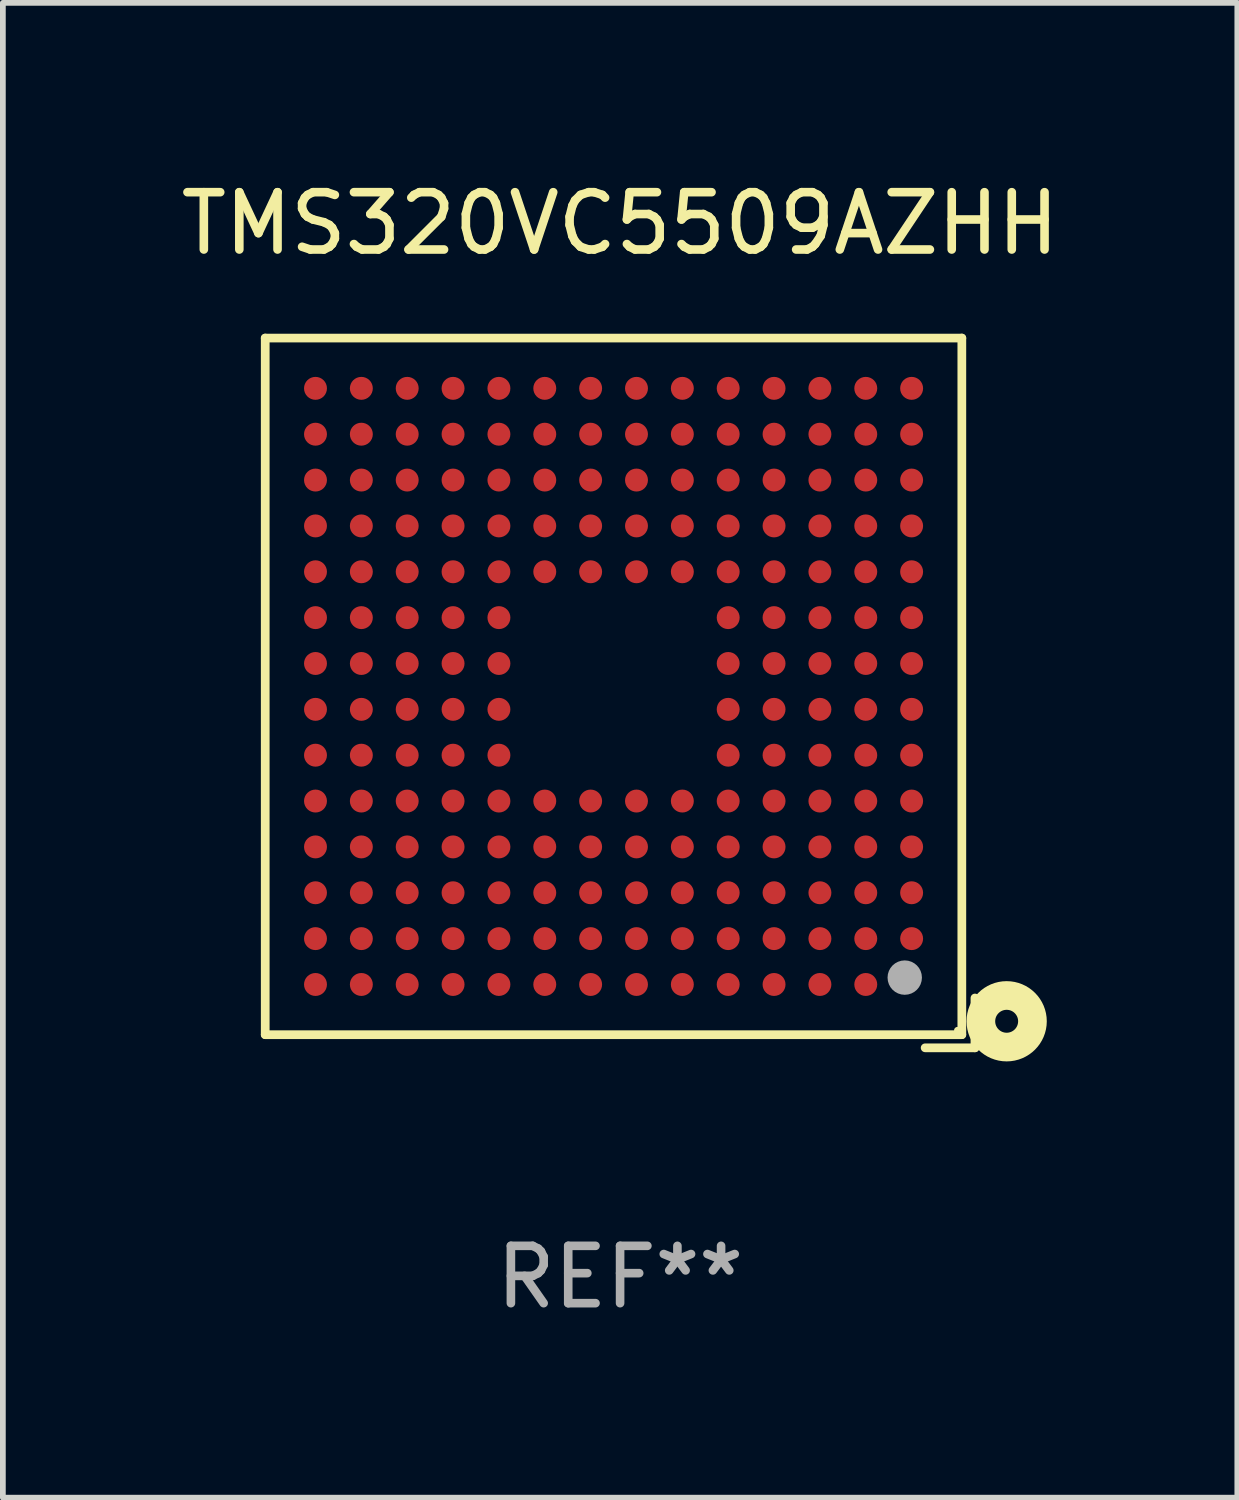
<source format=kicad_pcb>
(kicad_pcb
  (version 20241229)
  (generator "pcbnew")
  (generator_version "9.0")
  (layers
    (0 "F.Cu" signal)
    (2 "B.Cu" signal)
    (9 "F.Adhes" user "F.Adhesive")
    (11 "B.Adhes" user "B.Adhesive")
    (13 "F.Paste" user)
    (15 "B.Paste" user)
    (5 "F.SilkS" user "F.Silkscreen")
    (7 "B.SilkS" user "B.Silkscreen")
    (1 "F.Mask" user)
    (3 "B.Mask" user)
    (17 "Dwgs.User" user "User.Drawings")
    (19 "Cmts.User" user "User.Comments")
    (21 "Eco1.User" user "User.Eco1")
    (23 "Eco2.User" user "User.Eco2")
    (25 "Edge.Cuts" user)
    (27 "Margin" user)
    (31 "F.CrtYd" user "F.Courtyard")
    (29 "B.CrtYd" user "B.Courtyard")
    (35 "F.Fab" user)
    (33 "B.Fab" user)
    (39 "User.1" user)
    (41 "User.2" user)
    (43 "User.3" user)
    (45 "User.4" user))
  (footprint "TMS320VC5509AZHH"
    (layer "F.Cu")
    (at 7.768 9.039)
    (property "Reference" "TMS320VC5509AZHH" (at 0 -8.191 0) (layer "F.SilkS") (effects (font (size 1 1) (thickness 0.15))))
    (attr through_hole)
    (fp_line (start -6.191 -6.191) (end 5.962 -6.191) (stroke (width 0.152) (type solid)) (layer "F.SilkS"))
    (fp_line (start -6.191 5.962) (end -6.191 -6.191) (stroke (width 0.152) (type solid)) (layer "F.SilkS"))
    (fp_line (start 5.322 6.191) (end 6.191 6.191) (stroke (width 0.152) (type solid)) (layer "F.SilkS"))
    (fp_line (start 5.962 -6.191) (end 5.962 5.962) (stroke (width 0.152) (type solid)) (layer "F.SilkS"))
    (fp_line (start 5.962 5.962) (end -6.191 5.962) (stroke (width 0.152) (type solid)) (layer "F.SilkS"))
    (fp_line (start 6.191 6.191) (end 6.191 5.322) (stroke (width 0.152) (type solid)) (layer "F.SilkS"))
    (fp_circle (center 5.886 5.886) (end 5.916 5.886) (stroke (width 0.06) (type solid)) (fill no) (layer "F.SilkS"))
    (fp_circle (center 6.744 5.728) (end 6.944 5.728) (stroke (width 0.5) (type solid)) (fill no) (layer "F.SilkS"))
    (fp_circle (center 4.966 4.966) (end 5.116 4.966) (stroke (width 0.3) (type solid)) (fill no) (layer "F.Fab"))
    (fp_text user "REF**" (at 0 10.191 0) (layer "F.Fab") (effects (font (size 1 1) (thickness 0.15))))
    (pad "A2" smd circle (at 4.286 5.086) (size 0.4 0.4) (layers "F.Cu" "F.Mask" "F.Paste"))
    (pad "A3" smd circle (at 3.486 5.086) (size 0.4 0.4) (layers "F.Cu" "F.Mask" "F.Paste"))
    (pad "A4" smd circle (at 2.686 5.086) (size 0.4 0.4) (layers "F.Cu" "F.Mask" "F.Paste"))
    (pad "A5" smd circle (at 1.886 5.086) (size 0.4 0.4) (layers "F.Cu" "F.Mask" "F.Paste"))
    (pad "A6" smd circle (at 1.086 5.086) (size 0.4 0.4) (layers "F.Cu" "F.Mask" "F.Paste"))
    (pad "A7" smd circle (at 0.286 5.086) (size 0.4 0.4) (layers "F.Cu" "F.Mask" "F.Paste"))
    (pad "A8" smd circle (at -0.514 5.086) (size 0.4 0.4) (layers "F.Cu" "F.Mask" "F.Paste"))
    (pad "A9" smd circle (at -1.314 5.086) (size 0.4 0.4) (layers "F.Cu" "F.Mask" "F.Paste"))
    (pad "A10" smd circle (at -2.114 5.086) (size 0.4 0.4) (layers "F.Cu" "F.Mask" "F.Paste"))
    (pad "A11" smd circle (at -2.914 5.086) (size 0.4 0.4) (layers "F.Cu" "F.Mask" "F.Paste"))
    (pad "A12" smd circle (at -3.714 5.086) (size 0.4 0.4) (layers "F.Cu" "F.Mask" "F.Paste"))
    (pad "A13" smd circle (at -4.514 5.086) (size 0.4 0.4) (layers "F.Cu" "F.Mask" "F.Paste"))
    (pad "A14" smd circle (at -5.314 5.086) (size 0.4 0.4) (layers "F.Cu" "F.Mask" "F.Paste"))
    (pad "B1" smd circle (at 5.086 4.286) (size 0.4 0.4) (layers "F.Cu" "F.Mask" "F.Paste"))
    (pad "B2" smd circle (at 4.286 4.286) (size 0.4 0.4) (layers "F.Cu" "F.Mask" "F.Paste"))
    (pad "B3" smd circle (at 3.486 4.286) (size 0.4 0.4) (layers "F.Cu" "F.Mask" "F.Paste"))
    (pad "B4" smd circle (at 2.686 4.286) (size 0.4 0.4) (layers "F.Cu" "F.Mask" "F.Paste"))
    (pad "B5" smd circle (at 1.886 4.286) (size 0.4 0.4) (layers "F.Cu" "F.Mask" "F.Paste"))
    (pad "B6" smd circle (at 1.086 4.286) (size 0.4 0.4) (layers "F.Cu" "F.Mask" "F.Paste"))
    (pad "B7" smd circle (at 0.286 4.286) (size 0.4 0.4) (layers "F.Cu" "F.Mask" "F.Paste"))
    (pad "B8" smd circle (at -0.514 4.286) (size 0.4 0.4) (layers "F.Cu" "F.Mask" "F.Paste"))
    (pad "B9" smd circle (at -1.314 4.286) (size 0.4 0.4) (layers "F.Cu" "F.Mask" "F.Paste"))
    (pad "B10" smd circle (at -2.114 4.286) (size 0.4 0.4) (layers "F.Cu" "F.Mask" "F.Paste"))
    (pad "B11" smd circle (at -2.914 4.286) (size 0.4 0.4) (layers "F.Cu" "F.Mask" "F.Paste"))
    (pad "B12" smd circle (at -3.714 4.286) (size 0.4 0.4) (layers "F.Cu" "F.Mask" "F.Paste"))
    (pad "B13" smd circle (at -4.514 4.286) (size 0.4 0.4) (layers "F.Cu" "F.Mask" "F.Paste"))
    (pad "B14" smd circle (at -5.314 4.286) (size 0.4 0.4) (layers "F.Cu" "F.Mask" "F.Paste"))
    (pad "C1" smd circle (at 5.086 3.486) (size 0.4 0.4) (layers "F.Cu" "F.Mask" "F.Paste"))
    (pad "C2" smd circle (at 4.286 3.486) (size 0.4 0.4) (layers "F.Cu" "F.Mask" "F.Paste"))
    (pad "C3" smd circle (at 3.486 3.486) (size 0.4 0.4) (layers "F.Cu" "F.Mask" "F.Paste"))
    (pad "C4" smd circle (at 2.686 3.486) (size 0.4 0.4) (layers "F.Cu" "F.Mask" "F.Paste"))
    (pad "C5" smd circle (at 1.886 3.486) (size 0.4 0.4) (layers "F.Cu" "F.Mask" "F.Paste"))
    (pad "C6" smd circle (at 1.086 3.486) (size 0.4 0.4) (layers "F.Cu" "F.Mask" "F.Paste"))
    (pad "C7" smd circle (at 0.286 3.486) (size 0.4 0.4) (layers "F.Cu" "F.Mask" "F.Paste"))
    (pad "C8" smd circle (at -0.514 3.486) (size 0.4 0.4) (layers "F.Cu" "F.Mask" "F.Paste"))
    (pad "C9" smd circle (at -1.314 3.486) (size 0.4 0.4) (layers "F.Cu" "F.Mask" "F.Paste"))
    (pad "C10" smd circle (at -2.114 3.486) (size 0.4 0.4) (layers "F.Cu" "F.Mask" "F.Paste"))
    (pad "C11" smd circle (at -2.914 3.486) (size 0.4 0.4) (layers "F.Cu" "F.Mask" "F.Paste"))
    (pad "C12" smd circle (at -3.714 3.486) (size 0.4 0.4) (layers "F.Cu" "F.Mask" "F.Paste"))
    (pad "C13" smd circle (at -4.514 3.486) (size 0.4 0.4) (layers "F.Cu" "F.Mask" "F.Paste"))
    (pad "C14" smd circle (at -5.314 3.486) (size 0.4 0.4) (layers "F.Cu" "F.Mask" "F.Paste"))
    (pad "D1" smd circle (at 5.086 2.686) (size 0.4 0.4) (layers "F.Cu" "F.Mask" "F.Paste"))
    (pad "D2" smd circle (at 4.286 2.686) (size 0.4 0.4) (layers "F.Cu" "F.Mask" "F.Paste"))
    (pad "D3" smd circle (at 3.486 2.686) (size 0.4 0.4) (layers "F.Cu" "F.Mask" "F.Paste"))
    (pad "D4" smd circle (at 2.686 2.686) (size 0.4 0.4) (layers "F.Cu" "F.Mask" "F.Paste"))
    (pad "D5" smd circle (at 1.886 2.686) (size 0.4 0.4) (layers "F.Cu" "F.Mask" "F.Paste"))
    (pad "D6" smd circle (at 1.086 2.686) (size 0.4 0.4) (layers "F.Cu" "F.Mask" "F.Paste"))
    (pad "D7" smd circle (at 0.286 2.686) (size 0.4 0.4) (layers "F.Cu" "F.Mask" "F.Paste"))
    (pad "D8" smd circle (at -0.514 2.686) (size 0.4 0.4) (layers "F.Cu" "F.Mask" "F.Paste"))
    (pad "D9" smd circle (at -1.314 2.686) (size 0.4 0.4) (layers "F.Cu" "F.Mask" "F.Paste"))
    (pad "D10" smd circle (at -2.114 2.686) (size 0.4 0.4) (layers "F.Cu" "F.Mask" "F.Paste"))
    (pad "D11" smd circle (at -2.914 2.686) (size 0.4 0.4) (layers "F.Cu" "F.Mask" "F.Paste"))
    (pad "D12" smd circle (at -3.714 2.686) (size 0.4 0.4) (layers "F.Cu" "F.Mask" "F.Paste"))
    (pad "D13" smd circle (at -4.514 2.686) (size 0.4 0.4) (layers "F.Cu" "F.Mask" "F.Paste"))
    (pad "D14" smd circle (at -5.314 2.686) (size 0.4 0.4) (layers "F.Cu" "F.Mask" "F.Paste"))
    (pad "E1" smd circle (at 5.086 1.886) (size 0.4 0.4) (layers "F.Cu" "F.Mask" "F.Paste"))
    (pad "E2" smd circle (at 4.286 1.886) (size 0.4 0.4) (layers "F.Cu" "F.Mask" "F.Paste"))
    (pad "E3" smd circle (at 3.486 1.886) (size 0.4 0.4) (layers "F.Cu" "F.Mask" "F.Paste"))
    (pad "E4" smd circle (at 2.686 1.886) (size 0.4 0.4) (layers "F.Cu" "F.Mask" "F.Paste"))
    (pad "E5" smd circle (at 1.886 1.886) (size 0.4 0.4) (layers "F.Cu" "F.Mask" "F.Paste"))
    (pad "E6" smd circle (at 1.086 1.886) (size 0.4 0.4) (layers "F.Cu" "F.Mask" "F.Paste"))
    (pad "E7" smd circle (at 0.286 1.886) (size 0.4 0.4) (layers "F.Cu" "F.Mask" "F.Paste"))
    (pad "E8" smd circle (at -0.514 1.886) (size 0.4 0.4) (layers "F.Cu" "F.Mask" "F.Paste"))
    (pad "E9" smd circle (at -1.314 1.886) (size 0.4 0.4) (layers "F.Cu" "F.Mask" "F.Paste"))
    (pad "E10" smd circle (at -2.114 1.886) (size 0.4 0.4) (layers "F.Cu" "F.Mask" "F.Paste"))
    (pad "E11" smd circle (at -2.914 1.886) (size 0.4 0.4) (layers "F.Cu" "F.Mask" "F.Paste"))
    (pad "E12" smd circle (at -3.714 1.886) (size 0.4 0.4) (layers "F.Cu" "F.Mask" "F.Paste"))
    (pad "E13" smd circle (at -4.514 1.886) (size 0.4 0.4) (layers "F.Cu" "F.Mask" "F.Paste"))
    (pad "E14" smd circle (at -5.314 1.886) (size 0.4 0.4) (layers "F.Cu" "F.Mask" "F.Paste"))
    (pad "F1" smd circle (at 5.086 1.086) (size 0.4 0.4) (layers "F.Cu" "F.Mask" "F.Paste"))
    (pad "F2" smd circle (at 4.286 1.086) (size 0.4 0.4) (layers "F.Cu" "F.Mask" "F.Paste"))
    (pad "F3" smd circle (at 3.486 1.086) (size 0.4 0.4) (layers "F.Cu" "F.Mask" "F.Paste"))
    (pad "F4" smd circle (at 2.686 1.086) (size 0.4 0.4) (layers "F.Cu" "F.Mask" "F.Paste"))
    (pad "F5" smd circle (at 1.886 1.086) (size 0.4 0.4) (layers "F.Cu" "F.Mask" "F.Paste"))
    (pad "F10" smd circle (at -2.114 1.086) (size 0.4 0.4) (layers "F.Cu" "F.Mask" "F.Paste"))
    (pad "F11" smd circle (at -2.914 1.086) (size 0.4 0.4) (layers "F.Cu" "F.Mask" "F.Paste"))
    (pad "F12" smd circle (at -3.714 1.086) (size 0.4 0.4) (layers "F.Cu" "F.Mask" "F.Paste"))
    (pad "F13" smd circle (at -4.514 1.086) (size 0.4 0.4) (layers "F.Cu" "F.Mask" "F.Paste"))
    (pad "F14" smd circle (at -5.314 1.086) (size 0.4 0.4) (layers "F.Cu" "F.Mask" "F.Paste"))
    (pad "G1" smd circle (at 5.086 0.286) (size 0.4 0.4) (layers "F.Cu" "F.Mask" "F.Paste"))
    (pad "G2" smd circle (at 4.286 0.286) (size 0.4 0.4) (layers "F.Cu" "F.Mask" "F.Paste"))
    (pad "G3" smd circle (at 3.486 0.286) (size 0.4 0.4) (layers "F.Cu" "F.Mask" "F.Paste"))
    (pad "G4" smd circle (at 2.686 0.286) (size 0.4 0.4) (layers "F.Cu" "F.Mask" "F.Paste"))
    (pad "G5" smd circle (at 1.886 0.286) (size 0.4 0.4) (layers "F.Cu" "F.Mask" "F.Paste"))
    (pad "G10" smd circle (at -2.114 0.286) (size 0.4 0.4) (layers "F.Cu" "F.Mask" "F.Paste"))
    (pad "G11" smd circle (at -2.914 0.286) (size 0.4 0.4) (layers "F.Cu" "F.Mask" "F.Paste"))
    (pad "G12" smd circle (at -3.714 0.286) (size 0.4 0.4) (layers "F.Cu" "F.Mask" "F.Paste"))
    (pad "G13" smd circle (at -4.514 0.286) (size 0.4 0.4) (layers "F.Cu" "F.Mask" "F.Paste"))
    (pad "G14" smd circle (at -5.314 0.286) (size 0.4 0.4) (layers "F.Cu" "F.Mask" "F.Paste"))
    (pad "H1" smd circle (at 5.086 -0.514) (size 0.4 0.4) (layers "F.Cu" "F.Mask" "F.Paste"))
    (pad "H2" smd circle (at 4.286 -0.514) (size 0.4 0.4) (layers "F.Cu" "F.Mask" "F.Paste"))
    (pad "H3" smd circle (at 3.486 -0.514) (size 0.4 0.4) (layers "F.Cu" "F.Mask" "F.Paste"))
    (pad "H4" smd circle (at 2.686 -0.514) (size 0.4 0.4) (layers "F.Cu" "F.Mask" "F.Paste"))
    (pad "H5" smd circle (at 1.886 -0.514) (size 0.4 0.4) (layers "F.Cu" "F.Mask" "F.Paste"))
    (pad "H10" smd circle (at -2.114 -0.514) (size 0.4 0.4) (layers "F.Cu" "F.Mask" "F.Paste"))
    (pad "H11" smd circle (at -2.914 -0.514) (size 0.4 0.4) (layers "F.Cu" "F.Mask" "F.Paste"))
    (pad "H12" smd circle (at -3.714 -0.514) (size 0.4 0.4) (layers "F.Cu" "F.Mask" "F.Paste"))
    (pad "H13" smd circle (at -4.514 -0.514) (size 0.4 0.4) (layers "F.Cu" "F.Mask" "F.Paste"))
    (pad "H14" smd circle (at -5.314 -0.514) (size 0.4 0.4) (layers "F.Cu" "F.Mask" "F.Paste"))
    (pad "J1" smd circle (at 5.086 -1.314) (size 0.4 0.4) (layers "F.Cu" "F.Mask" "F.Paste"))
    (pad "J2" smd circle (at 4.286 -1.314) (size 0.4 0.4) (layers "F.Cu" "F.Mask" "F.Paste"))
    (pad "J3" smd circle (at 3.486 -1.314) (size 0.4 0.4) (layers "F.Cu" "F.Mask" "F.Paste"))
    (pad "J4" smd circle (at 2.686 -1.314) (size 0.4 0.4) (layers "F.Cu" "F.Mask" "F.Paste"))
    (pad "J5" smd circle (at 1.886 -1.314) (size 0.4 0.4) (layers "F.Cu" "F.Mask" "F.Paste"))
    (pad "J10" smd circle (at -2.114 -1.314) (size 0.4 0.4) (layers "F.Cu" "F.Mask" "F.Paste"))
    (pad "J11" smd circle (at -2.914 -1.314) (size 0.4 0.4) (layers "F.Cu" "F.Mask" "F.Paste"))
    (pad "J12" smd circle (at -3.714 -1.314) (size 0.4 0.4) (layers "F.Cu" "F.Mask" "F.Paste"))
    (pad "J13" smd circle (at -4.514 -1.314) (size 0.4 0.4) (layers "F.Cu" "F.Mask" "F.Paste"))
    (pad "J14" smd circle (at -5.314 -1.314) (size 0.4 0.4) (layers "F.Cu" "F.Mask" "F.Paste"))
    (pad "K1" smd circle (at 5.086 -2.114) (size 0.4 0.4) (layers "F.Cu" "F.Mask" "F.Paste"))
    (pad "K2" smd circle (at 4.286 -2.114) (size 0.4 0.4) (layers "F.Cu" "F.Mask" "F.Paste"))
    (pad "K3" smd circle (at 3.486 -2.114) (size 0.4 0.4) (layers "F.Cu" "F.Mask" "F.Paste"))
    (pad "K4" smd circle (at 2.686 -2.114) (size 0.4 0.4) (layers "F.Cu" "F.Mask" "F.Paste"))
    (pad "K5" smd circle (at 1.886 -2.114) (size 0.4 0.4) (layers "F.Cu" "F.Mask" "F.Paste"))
    (pad "K6" smd circle (at 1.086 -2.114) (size 0.4 0.4) (layers "F.Cu" "F.Mask" "F.Paste"))
    (pad "K7" smd circle (at 0.286 -2.114) (size 0.4 0.4) (layers "F.Cu" "F.Mask" "F.Paste"))
    (pad "K8" smd circle (at -0.514 -2.114) (size 0.4 0.4) (layers "F.Cu" "F.Mask" "F.Paste"))
    (pad "K9" smd circle (at -1.314 -2.114) (size 0.4 0.4) (layers "F.Cu" "F.Mask" "F.Paste"))
    (pad "K10" smd circle (at -2.114 -2.114) (size 0.4 0.4) (layers "F.Cu" "F.Mask" "F.Paste"))
    (pad "K11" smd circle (at -2.914 -2.114) (size 0.4 0.4) (layers "F.Cu" "F.Mask" "F.Paste"))
    (pad "K12" smd circle (at -3.714 -2.114) (size 0.4 0.4) (layers "F.Cu" "F.Mask" "F.Paste"))
    (pad "K13" smd circle (at -4.514 -2.114) (size 0.4 0.4) (layers "F.Cu" "F.Mask" "F.Paste"))
    (pad "K14" smd circle (at -5.314 -2.114) (size 0.4 0.4) (layers "F.Cu" "F.Mask" "F.Paste"))
    (pad "L1" smd circle (at 5.086 -2.914) (size 0.4 0.4) (layers "F.Cu" "F.Mask" "F.Paste"))
    (pad "L2" smd circle (at 4.286 -2.914) (size 0.4 0.4) (layers "F.Cu" "F.Mask" "F.Paste"))
    (pad "L3" smd circle (at 3.486 -2.914) (size 0.4 0.4) (layers "F.Cu" "F.Mask" "F.Paste"))
    (pad "L4" smd circle (at 2.686 -2.914) (size 0.4 0.4) (layers "F.Cu" "F.Mask" "F.Paste"))
    (pad "L5" smd circle (at 1.886 -2.914) (size 0.4 0.4) (layers "F.Cu" "F.Mask" "F.Paste"))
    (pad "L6" smd circle (at 1.086 -2.914) (size 0.4 0.4) (layers "F.Cu" "F.Mask" "F.Paste"))
    (pad "L7" smd circle (at 0.286 -2.914) (size 0.4 0.4) (layers "F.Cu" "F.Mask" "F.Paste"))
    (pad "L8" smd circle (at -0.514 -2.914) (size 0.4 0.4) (layers "F.Cu" "F.Mask" "F.Paste"))
    (pad "L9" smd circle (at -1.314 -2.914) (size 0.4 0.4) (layers "F.Cu" "F.Mask" "F.Paste"))
    (pad "L10" smd circle (at -2.114 -2.914) (size 0.4 0.4) (layers "F.Cu" "F.Mask" "F.Paste"))
    (pad "L11" smd circle (at -2.914 -2.914) (size 0.4 0.4) (layers "F.Cu" "F.Mask" "F.Paste"))
    (pad "L12" smd circle (at -3.714 -2.914) (size 0.4 0.4) (layers "F.Cu" "F.Mask" "F.Paste"))
    (pad "L13" smd circle (at -4.514 -2.914) (size 0.4 0.4) (layers "F.Cu" "F.Mask" "F.Paste"))
    (pad "L14" smd circle (at -5.314 -2.914) (size 0.4 0.4) (layers "F.Cu" "F.Mask" "F.Paste"))
    (pad "M1" smd circle (at 5.086 -3.714) (size 0.4 0.4) (layers "F.Cu" "F.Mask" "F.Paste"))
    (pad "M2" smd circle (at 4.286 -3.714) (size 0.4 0.4) (layers "F.Cu" "F.Mask" "F.Paste"))
    (pad "M3" smd circle (at 3.486 -3.714) (size 0.4 0.4) (layers "F.Cu" "F.Mask" "F.Paste"))
    (pad "M4" smd circle (at 2.686 -3.714) (size 0.4 0.4) (layers "F.Cu" "F.Mask" "F.Paste"))
    (pad "M5" smd circle (at 1.886 -3.714) (size 0.4 0.4) (layers "F.Cu" "F.Mask" "F.Paste"))
    (pad "M6" smd circle (at 1.086 -3.714) (size 0.4 0.4) (layers "F.Cu" "F.Mask" "F.Paste"))
    (pad "M7" smd circle (at 0.286 -3.714) (size 0.4 0.4) (layers "F.Cu" "F.Mask" "F.Paste"))
    (pad "M8" smd circle (at -0.514 -3.714) (size 0.4 0.4) (layers "F.Cu" "F.Mask" "F.Paste"))
    (pad "M9" smd circle (at -1.314 -3.714) (size 0.4 0.4) (layers "F.Cu" "F.Mask" "F.Paste"))
    (pad "M10" smd circle (at -2.114 -3.714) (size 0.4 0.4) (layers "F.Cu" "F.Mask" "F.Paste"))
    (pad "M11" smd circle (at -2.914 -3.714) (size 0.4 0.4) (layers "F.Cu" "F.Mask" "F.Paste"))
    (pad "M12" smd circle (at -3.714 -3.714) (size 0.4 0.4) (layers "F.Cu" "F.Mask" "F.Paste"))
    (pad "M13" smd circle (at -4.514 -3.714) (size 0.4 0.4) (layers "F.Cu" "F.Mask" "F.Paste"))
    (pad "M14" smd circle (at -5.314 -3.714) (size 0.4 0.4) (layers "F.Cu" "F.Mask" "F.Paste"))
    (pad "N1" smd circle (at 5.086 -4.514) (size 0.4 0.4) (layers "F.Cu" "F.Mask" "F.Paste"))
    (pad "N2" smd circle (at 4.286 -4.514) (size 0.4 0.4) (layers "F.Cu" "F.Mask" "F.Paste"))
    (pad "N3" smd circle (at 3.486 -4.514) (size 0.4 0.4) (layers "F.Cu" "F.Mask" "F.Paste"))
    (pad "N4" smd circle (at 2.686 -4.514) (size 0.4 0.4) (layers "F.Cu" "F.Mask" "F.Paste"))
    (pad "N5" smd circle (at 1.886 -4.514) (size 0.4 0.4) (layers "F.Cu" "F.Mask" "F.Paste"))
    (pad "N6" smd circle (at 1.086 -4.514) (size 0.4 0.4) (layers "F.Cu" "F.Mask" "F.Paste"))
    (pad "N7" smd circle (at 0.286 -4.514) (size 0.4 0.4) (layers "F.Cu" "F.Mask" "F.Paste"))
    (pad "N8" smd circle (at -0.514 -4.514) (size 0.4 0.4) (layers "F.Cu" "F.Mask" "F.Paste"))
    (pad "N9" smd circle (at -1.314 -4.514) (size 0.4 0.4) (layers "F.Cu" "F.Mask" "F.Paste"))
    (pad "N10" smd circle (at -2.114 -4.514) (size 0.4 0.4) (layers "F.Cu" "F.Mask" "F.Paste"))
    (pad "N11" smd circle (at -2.914 -4.514) (size 0.4 0.4) (layers "F.Cu" "F.Mask" "F.Paste"))
    (pad "N12" smd circle (at -3.714 -4.514) (size 0.4 0.4) (layers "F.Cu" "F.Mask" "F.Paste"))
    (pad "N13" smd circle (at -4.514 -4.514) (size 0.4 0.4) (layers "F.Cu" "F.Mask" "F.Paste"))
    (pad "N14" smd circle (at -5.314 -4.514) (size 0.4 0.4) (layers "F.Cu" "F.Mask" "F.Paste"))
    (pad "P1" smd circle (at 5.086 -5.314) (size 0.4 0.4) (layers "F.Cu" "F.Mask" "F.Paste"))
    (pad "P2" smd circle (at 4.286 -5.314) (size 0.4 0.4) (layers "F.Cu" "F.Mask" "F.Paste"))
    (pad "P3" smd circle (at 3.486 -5.314) (size 0.4 0.4) (layers "F.Cu" "F.Mask" "F.Paste"))
    (pad "P4" smd circle (at 2.686 -5.314) (size 0.4 0.4) (layers "F.Cu" "F.Mask" "F.Paste"))
    (pad "P5" smd circle (at 1.886 -5.314) (size 0.4 0.4) (layers "F.Cu" "F.Mask" "F.Paste"))
    (pad "P6" smd circle (at 1.086 -5.314) (size 0.4 0.4) (layers "F.Cu" "F.Mask" "F.Paste"))
    (pad "P7" smd circle (at 0.286 -5.314) (size 0.4 0.4) (layers "F.Cu" "F.Mask" "F.Paste"))
    (pad "P8" smd circle (at -0.514 -5.314) (size 0.4 0.4) (layers "F.Cu" "F.Mask" "F.Paste"))
    (pad "P9" smd circle (at -1.314 -5.314) (size 0.4 0.4) (layers "F.Cu" "F.Mask" "F.Paste"))
    (pad "P10" smd circle (at -2.114 -5.314) (size 0.4 0.4) (layers "F.Cu" "F.Mask" "F.Paste"))
    (pad "P11" smd circle (at -2.914 -5.314) (size 0.4 0.4) (layers "F.Cu" "F.Mask" "F.Paste"))
    (pad "P12" smd circle (at -3.714 -5.314) (size 0.4 0.4) (layers "F.Cu" "F.Mask" "F.Paste"))
    (pad "P13" smd circle (at -4.514 -5.314) (size 0.4 0.4) (layers "F.Cu" "F.Mask" "F.Paste"))
    (pad "P14" smd circle (at -5.314 -5.314) (size 0.4 0.4) (layers "F.Cu" "F.Mask" "F.Paste")))
  (gr_rect
    (start -3 -3)
    (end 18.536 23.078)
    (stroke (width 0.1) (type default))
    (fill no)
    (layer "Edge.Cuts")))
</source>
